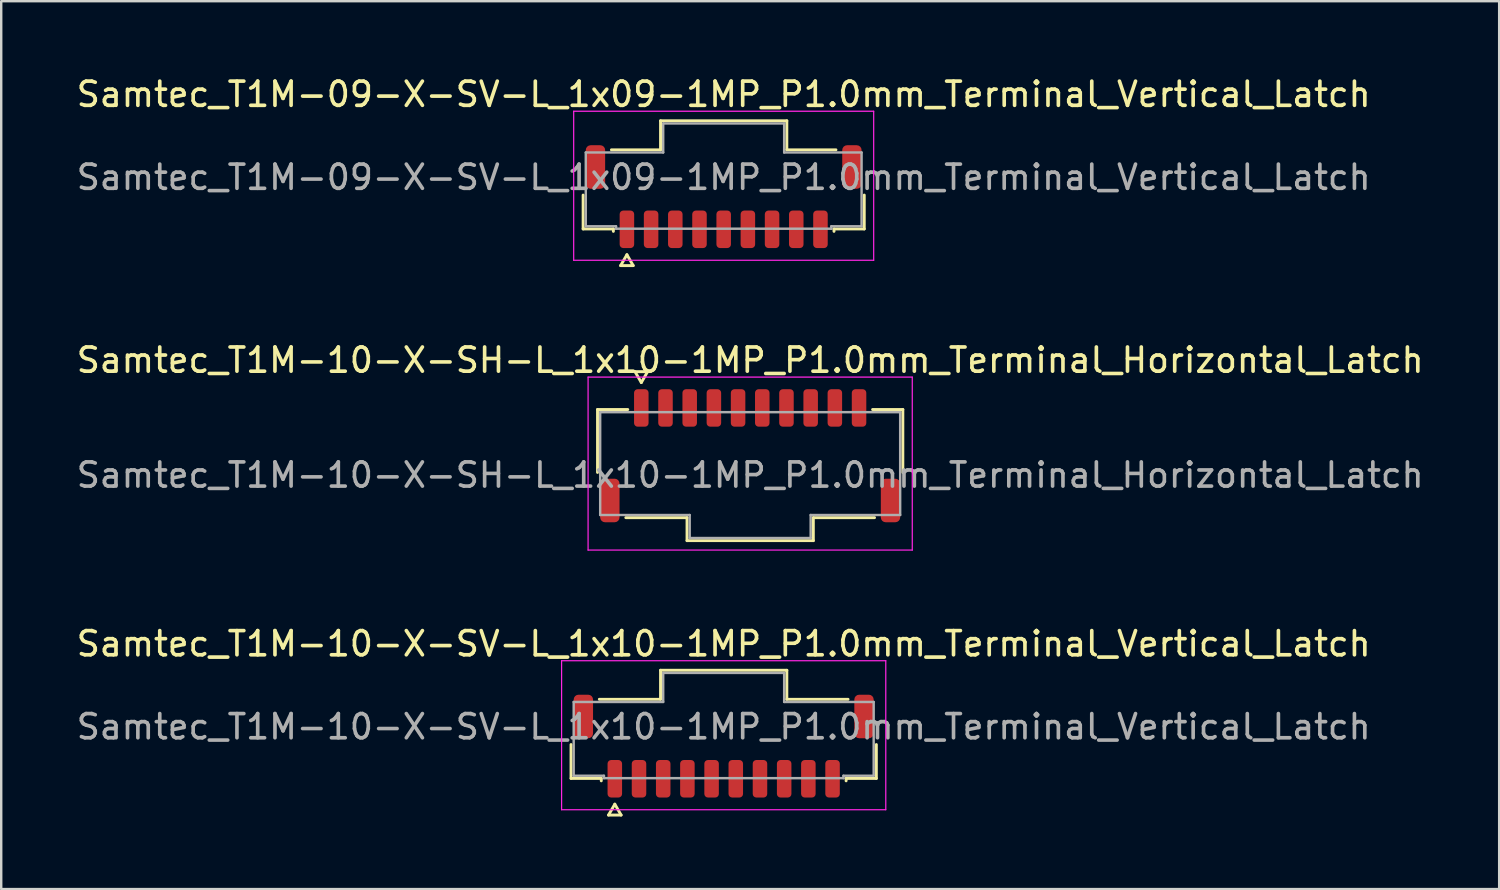
<source format=kicad_pcb>
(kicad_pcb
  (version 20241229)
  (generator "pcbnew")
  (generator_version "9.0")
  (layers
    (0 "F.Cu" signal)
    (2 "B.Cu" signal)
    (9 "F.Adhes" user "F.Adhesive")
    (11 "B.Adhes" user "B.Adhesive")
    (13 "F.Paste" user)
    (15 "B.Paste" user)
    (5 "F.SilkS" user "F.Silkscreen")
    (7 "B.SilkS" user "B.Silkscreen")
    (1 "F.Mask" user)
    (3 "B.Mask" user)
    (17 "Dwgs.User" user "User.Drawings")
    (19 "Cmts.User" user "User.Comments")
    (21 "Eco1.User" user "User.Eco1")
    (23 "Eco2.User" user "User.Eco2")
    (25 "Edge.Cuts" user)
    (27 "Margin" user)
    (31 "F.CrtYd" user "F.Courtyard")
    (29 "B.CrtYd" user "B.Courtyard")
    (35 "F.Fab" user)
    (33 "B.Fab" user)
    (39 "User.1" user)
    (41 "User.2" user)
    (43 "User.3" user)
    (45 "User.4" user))
  (footprint "Samtec_T1M-09-X-SV-L_1x09-1MP_P1.0mm_Terminal_Vertical_Latch"
    (layer "F.Cu")
    (at 26.863 4.278)
    (property "Reference" "Samtec_T1M-09-X-SV-L_1x09-1MP_P1.0mm_Terminal_Vertical_Latch" (at 0 -3.43 0) (layer "F.SilkS") (effects (font (size 1 1) (thickness 0.15))))
    (attr smd)
    (fp_line (start -5.81 2.135) (end -5.81 0.735) (stroke (width 0.12) (type solid)) (layer "F.SilkS"))
    (fp_line (start -4.64 -1.135) (end -2.61 -1.135) (stroke (width 0.12) (type solid)) (layer "F.SilkS"))
    (fp_line (start -4.56 2.135) (end -5.81 2.135) (stroke (width 0.12) (type solid)) (layer "F.SilkS"))
    (fp_line (start -4.56 2.235) (end -4.56 2.135) (stroke (width 0.12) (type solid)) (layer "F.SilkS"))
    (fp_line (start -4.26 3.65) (end -4 3.2) (stroke (width 0.12) (type solid)) (layer "F.SilkS"))
    (fp_line (start -4 3.2) (end -3.74 3.65) (stroke (width 0.12) (type solid)) (layer "F.SilkS"))
    (fp_line (start -3.74 3.65) (end -4.26 3.65) (stroke (width 0.12) (type solid)) (layer "F.SilkS"))
    (fp_line (start -2.61 -2.335) (end 2.61 -2.335) (stroke (width 0.12) (type solid)) (layer "F.SilkS"))
    (fp_line (start -2.61 -1.135) (end -2.61 -2.335) (stroke (width 0.12) (type solid)) (layer "F.SilkS"))
    (fp_line (start 2.61 -2.335) (end 2.61 -1.135) (stroke (width 0.12) (type solid)) (layer "F.SilkS"))
    (fp_line (start 2.61 -1.135) (end 4.64 -1.135) (stroke (width 0.12) (type solid)) (layer "F.SilkS"))
    (fp_line (start 4.56 2.135) (end 4.56 2.235) (stroke (width 0.12) (type solid)) (layer "F.SilkS"))
    (fp_line (start 5.81 0.735) (end 5.81 2.135) (stroke (width 0.12) (type solid)) (layer "F.SilkS"))
    (fp_line (start 5.81 2.135) (end 4.56 2.135) (stroke (width 0.12) (type solid)) (layer "F.SilkS"))
    (fp_line (start -6.2 -2.73) (end -6.2 3.43) (stroke (width 0.05) (type solid)) (layer "F.CrtYd"))
    (fp_line (start -6.2 3.43) (end 6.2 3.43) (stroke (width 0.05) (type solid)) (layer "F.CrtYd"))
    (fp_line (start 6.2 -2.73) (end -6.2 -2.73) (stroke (width 0.05) (type solid)) (layer "F.CrtYd"))
    (fp_line (start 6.2 3.43) (end 6.2 -2.73) (stroke (width 0.05) (type solid)) (layer "F.CrtYd"))
    (fp_line (start -5.7 -1.025) (end -2.5 -1.025) (stroke (width 0.1) (type solid)) (layer "F.Fab"))
    (fp_line (start -5.7 2.025) (end -5.7 -1.025) (stroke (width 0.1) (type solid)) (layer "F.Fab"))
    (fp_line (start -4.45 2.025) (end -5.7 2.025) (stroke (width 0.1) (type solid)) (layer "F.Fab"))
    (fp_line (start -4.45 2.125) (end -4.45 2.025) (stroke (width 0.1) (type solid)) (layer "F.Fab"))
    (fp_line (start -2.5 -2.225) (end 2.5 -2.225) (stroke (width 0.1) (type solid)) (layer "F.Fab"))
    (fp_line (start -2.5 -1.025) (end -2.5 -2.225) (stroke (width 0.1) (type solid)) (layer "F.Fab"))
    (fp_line (start 2.5 -2.225) (end 2.5 -1.025) (stroke (width 0.1) (type solid)) (layer "F.Fab"))
    (fp_line (start 2.5 -1.025) (end 5.7 -1.025) (stroke (width 0.1) (type solid)) (layer "F.Fab"))
    (fp_line (start 4.45 2.025) (end 4.45 2.125) (stroke (width 0.1) (type solid)) (layer "F.Fab"))
    (fp_line (start 4.45 2.125) (end -4.45 2.125) (stroke (width 0.1) (type solid)) (layer "F.Fab"))
    (fp_line (start 5.7 -1.025) (end 5.7 2.025) (stroke (width 0.1) (type solid)) (layer "F.Fab"))
    (fp_line (start 5.7 2.025) (end 4.45 2.025) (stroke (width 0.1) (type solid)) (layer "F.Fab"))
    (fp_text user "${REFERENCE}" (at 0 0 0) (layer "F.Fab") (effects (font (size 1 1) (thickness 0.15))))
    (pad "1" smd roundrect (at -4 2.15) (size 0.6 1.55) (layers "F.Cu" "F.Mask" "F.Paste") (roundrect_rratio 0.25))
    (pad "2" smd roundrect (at -3 2.15) (size 0.6 1.55) (layers "F.Cu" "F.Mask" "F.Paste") (roundrect_rratio 0.25))
    (pad "3" smd roundrect (at -2 2.15) (size 0.6 1.55) (layers "F.Cu" "F.Mask" "F.Paste") (roundrect_rratio 0.25))
    (pad "4" smd roundrect (at -1 2.15) (size 0.6 1.55) (layers "F.Cu" "F.Mask" "F.Paste") (roundrect_rratio 0.25))
    (pad "5" smd roundrect (at 0 2.15) (size 0.6 1.55) (layers "F.Cu" "F.Mask" "F.Paste") (roundrect_rratio 0.25))
    (pad "6" smd roundrect (at 1 2.15) (size 0.6 1.55) (layers "F.Cu" "F.Mask" "F.Paste") (roundrect_rratio 0.25))
    (pad "7" smd roundrect (at 2 2.15) (size 0.6 1.55) (layers "F.Cu" "F.Mask" "F.Paste") (roundrect_rratio 0.25))
    (pad "8" smd roundrect (at 3 2.15) (size 0.6 1.55) (layers "F.Cu" "F.Mask" "F.Paste") (roundrect_rratio 0.25))
    (pad "9" smd roundrect (at 4 2.15) (size 0.6 1.55) (layers "F.Cu" "F.Mask" "F.Paste") (roundrect_rratio 0.25))
    (pad "MP" smd roundrect (at -5.3 -0.425) (size 0.8 1.8) (layers "F.Cu" "F.Mask" "F.Paste") (roundrect_rratio 0.25))
    (pad "MP" smd roundrect (at 5.3 -0.425) (size 0.8 1.8) (layers "F.Cu" "F.Mask" "F.Paste") (roundrect_rratio 0.25)))
  (footprint "Samtec_T1M-10-X-SH-L_1x10-1MP_P1.0mm_Terminal_Horizontal_Latch"
    (layer "F.Cu")
    (at 27.958 16.587)
    (property "Reference" "Samtec_T1M-10-X-SH-L_1x10-1MP_P1.0mm_Terminal_Horizontal_Latch" (at 0 -4.75 0) (layer "F.SilkS") (effects (font (size 1 1) (thickness 0.15))))
    (attr smd)
    (fp_line (start -6.31 -2.71) (end -5.06 -2.71) (stroke (width 0.12) (type solid)) (layer "F.SilkS"))
    (fp_line (start -6.31 -0.11) (end -6.31 -2.71) (stroke (width 0.12) (type solid)) (layer "F.SilkS"))
    (fp_line (start -4.76 -4.275) (end -4.5 -3.825) (stroke (width 0.12) (type solid)) (layer "F.SilkS"))
    (fp_line (start -4.5 -3.825) (end -4.24 -4.275) (stroke (width 0.12) (type solid)) (layer "F.SilkS"))
    (fp_line (start -4.24 -4.275) (end -4.76 -4.275) (stroke (width 0.12) (type solid)) (layer "F.SilkS"))
    (fp_line (start -2.61 1.76) (end -5.14 1.76) (stroke (width 0.12) (type solid)) (layer "F.SilkS"))
    (fp_line (start -2.61 2.71) (end -2.61 1.76) (stroke (width 0.12) (type solid)) (layer "F.SilkS"))
    (fp_line (start 2.61 1.76) (end 2.61 2.71) (stroke (width 0.12) (type solid)) (layer "F.SilkS"))
    (fp_line (start 2.61 2.71) (end -2.61 2.71) (stroke (width 0.12) (type solid)) (layer "F.SilkS"))
    (fp_line (start 5.06 -2.71) (end 6.31 -2.71) (stroke (width 0.12) (type solid)) (layer "F.SilkS"))
    (fp_line (start 5.14 1.76) (end 2.61 1.76) (stroke (width 0.12) (type solid)) (layer "F.SilkS"))
    (fp_line (start 6.31 -2.71) (end 6.31 -0.11) (stroke (width 0.12) (type solid)) (layer "F.SilkS"))
    (fp_line (start -6.7 -4.05) (end -6.7 3.1) (stroke (width 0.05) (type solid)) (layer "F.CrtYd"))
    (fp_line (start -6.7 3.1) (end 6.7 3.1) (stroke (width 0.05) (type solid)) (layer "F.CrtYd"))
    (fp_line (start 6.7 -4.05) (end -6.7 -4.05) (stroke (width 0.05) (type solid)) (layer "F.CrtYd"))
    (fp_line (start 6.7 3.1) (end 6.7 -4.05) (stroke (width 0.05) (type solid)) (layer "F.CrtYd"))
    (fp_line (start -6.2 -2.6) (end 6.2 -2.6) (stroke (width 0.1) (type solid)) (layer "F.Fab"))
    (fp_line (start -6.2 1.65) (end -6.2 -2.6) (stroke (width 0.1) (type solid)) (layer "F.Fab"))
    (fp_line (start -2.5 1.65) (end -6.2 1.65) (stroke (width 0.1) (type solid)) (layer "F.Fab"))
    (fp_line (start -2.5 2.6) (end -2.5 1.65) (stroke (width 0.1) (type solid)) (layer "F.Fab"))
    (fp_line (start 2.5 1.65) (end 2.5 2.6) (stroke (width 0.1) (type solid)) (layer "F.Fab"))
    (fp_line (start 2.5 2.6) (end -2.5 2.6) (stroke (width 0.1) (type solid)) (layer "F.Fab"))
    (fp_line (start 6.2 -2.6) (end 6.2 1.65) (stroke (width 0.1) (type solid)) (layer "F.Fab"))
    (fp_line (start 6.2 1.65) (end 2.5 1.65) (stroke (width 0.1) (type solid)) (layer "F.Fab"))
    (fp_text user "${REFERENCE}" (at 0 0 0) (layer "F.Fab") (effects (font (size 1 1) (thickness 0.15))))
    (pad "1" smd roundrect (at -4.5 -2.775) (size 0.6 1.55) (layers "F.Cu" "F.Mask" "F.Paste") (roundrect_rratio 0.25))
    (pad "2" smd roundrect (at -3.5 -2.775) (size 0.6 1.55) (layers "F.Cu" "F.Mask" "F.Paste") (roundrect_rratio 0.25))
    (pad "3" smd roundrect (at -2.5 -2.775) (size 0.6 1.55) (layers "F.Cu" "F.Mask" "F.Paste") (roundrect_rratio 0.25))
    (pad "4" smd roundrect (at -1.5 -2.775) (size 0.6 1.55) (layers "F.Cu" "F.Mask" "F.Paste") (roundrect_rratio 0.25))
    (pad "5" smd roundrect (at -0.5 -2.775) (size 0.6 1.55) (layers "F.Cu" "F.Mask" "F.Paste") (roundrect_rratio 0.25))
    (pad "6" smd roundrect (at 0.5 -2.775) (size 0.6 1.55) (layers "F.Cu" "F.Mask" "F.Paste") (roundrect_rratio 0.25))
    (pad "7" smd roundrect (at 1.5 -2.775) (size 0.6 1.55) (layers "F.Cu" "F.Mask" "F.Paste") (roundrect_rratio 0.25))
    (pad "8" smd roundrect (at 2.5 -2.775) (size 0.6 1.55) (layers "F.Cu" "F.Mask" "F.Paste") (roundrect_rratio 0.25))
    (pad "9" smd roundrect (at 3.5 -2.775) (size 0.6 1.55) (layers "F.Cu" "F.Mask" "F.Paste") (roundrect_rratio 0.25))
    (pad "10" smd roundrect (at 4.5 -2.775) (size 0.6 1.55) (layers "F.Cu" "F.Mask" "F.Paste") (roundrect_rratio 0.25))
    (pad "MP" smd roundrect (at -5.8 1.05) (size 0.8 1.8) (layers "F.Cu" "F.Mask" "F.Paste") (roundrect_rratio 0.25))
    (pad "MP" smd roundrect (at 5.8 1.05) (size 0.8 1.8) (layers "F.Cu" "F.Mask" "F.Paste") (roundrect_rratio 0.25)))
  (footprint "Samtec_T1M-10-X-SV-L_1x10-1MP_P1.0mm_Terminal_Vertical_Latch"
    (layer "F.Cu")
    (at 26.863 26.99)
    (property "Reference" "Samtec_T1M-10-X-SV-L_1x10-1MP_P1.0mm_Terminal_Vertical_Latch" (at 0 -3.43 0) (layer "F.SilkS") (effects (font (size 1 1) (thickness 0.15))))
    (attr smd)
    (fp_line (start -6.31 2.135) (end -6.31 0.735) (stroke (width 0.12) (type solid)) (layer "F.SilkS"))
    (fp_line (start -5.14 -1.135) (end -2.61 -1.135) (stroke (width 0.12) (type solid)) (layer "F.SilkS"))
    (fp_line (start -5.06 2.135) (end -6.31 2.135) (stroke (width 0.12) (type solid)) (layer "F.SilkS"))
    (fp_line (start -5.06 2.235) (end -5.06 2.135) (stroke (width 0.12) (type solid)) (layer "F.SilkS"))
    (fp_line (start -4.76 3.65) (end -4.5 3.2) (stroke (width 0.12) (type solid)) (layer "F.SilkS"))
    (fp_line (start -4.5 3.2) (end -4.24 3.65) (stroke (width 0.12) (type solid)) (layer "F.SilkS"))
    (fp_line (start -4.24 3.65) (end -4.76 3.65) (stroke (width 0.12) (type solid)) (layer "F.SilkS"))
    (fp_line (start -2.61 -2.335) (end 2.61 -2.335) (stroke (width 0.12) (type solid)) (layer "F.SilkS"))
    (fp_line (start -2.61 -1.135) (end -2.61 -2.335) (stroke (width 0.12) (type solid)) (layer "F.SilkS"))
    (fp_line (start 2.61 -2.335) (end 2.61 -1.135) (stroke (width 0.12) (type solid)) (layer "F.SilkS"))
    (fp_line (start 2.61 -1.135) (end 5.14 -1.135) (stroke (width 0.12) (type solid)) (layer "F.SilkS"))
    (fp_line (start 5.06 2.135) (end 5.06 2.235) (stroke (width 0.12) (type solid)) (layer "F.SilkS"))
    (fp_line (start 6.31 0.735) (end 6.31 2.135) (stroke (width 0.12) (type solid)) (layer "F.SilkS"))
    (fp_line (start 6.31 2.135) (end 5.06 2.135) (stroke (width 0.12) (type solid)) (layer "F.SilkS"))
    (fp_line (start -6.7 -2.73) (end -6.7 3.43) (stroke (width 0.05) (type solid)) (layer "F.CrtYd"))
    (fp_line (start -6.7 3.43) (end 6.7 3.43) (stroke (width 0.05) (type solid)) (layer "F.CrtYd"))
    (fp_line (start 6.7 -2.73) (end -6.7 -2.73) (stroke (width 0.05) (type solid)) (layer "F.CrtYd"))
    (fp_line (start 6.7 3.43) (end 6.7 -2.73) (stroke (width 0.05) (type solid)) (layer "F.CrtYd"))
    (fp_line (start -6.2 -1.025) (end -2.5 -1.025) (stroke (width 0.1) (type solid)) (layer "F.Fab"))
    (fp_line (start -6.2 2.025) (end -6.2 -1.025) (stroke (width 0.1) (type solid)) (layer "F.Fab"))
    (fp_line (start -4.95 2.025) (end -6.2 2.025) (stroke (width 0.1) (type solid)) (layer "F.Fab"))
    (fp_line (start -4.95 2.125) (end -4.95 2.025) (stroke (width 0.1) (type solid)) (layer "F.Fab"))
    (fp_line (start -2.5 -2.225) (end 2.5 -2.225) (stroke (width 0.1) (type solid)) (layer "F.Fab"))
    (fp_line (start -2.5 -1.025) (end -2.5 -2.225) (stroke (width 0.1) (type solid)) (layer "F.Fab"))
    (fp_line (start 2.5 -2.225) (end 2.5 -1.025) (stroke (width 0.1) (type solid)) (layer "F.Fab"))
    (fp_line (start 2.5 -1.025) (end 6.2 -1.025) (stroke (width 0.1) (type solid)) (layer "F.Fab"))
    (fp_line (start 4.95 2.025) (end 4.95 2.125) (stroke (width 0.1) (type solid)) (layer "F.Fab"))
    (fp_line (start 4.95 2.125) (end -4.95 2.125) (stroke (width 0.1) (type solid)) (layer "F.Fab"))
    (fp_line (start 6.2 -1.025) (end 6.2 2.025) (stroke (width 0.1) (type solid)) (layer "F.Fab"))
    (fp_line (start 6.2 2.025) (end 4.95 2.025) (stroke (width 0.1) (type solid)) (layer "F.Fab"))
    (fp_text user "${REFERENCE}" (at 0 0 0) (layer "F.Fab") (effects (font (size 1 1) (thickness 0.15))))
    (pad "1" smd roundrect (at -4.5 2.15) (size 0.6 1.55) (layers "F.Cu" "F.Mask" "F.Paste") (roundrect_rratio 0.25))
    (pad "2" smd roundrect (at -3.5 2.15) (size 0.6 1.55) (layers "F.Cu" "F.Mask" "F.Paste") (roundrect_rratio 0.25))
    (pad "3" smd roundrect (at -2.5 2.15) (size 0.6 1.55) (layers "F.Cu" "F.Mask" "F.Paste") (roundrect_rratio 0.25))
    (pad "4" smd roundrect (at -1.5 2.15) (size 0.6 1.55) (layers "F.Cu" "F.Mask" "F.Paste") (roundrect_rratio 0.25))
    (pad "5" smd roundrect (at -0.5 2.15) (size 0.6 1.55) (layers "F.Cu" "F.Mask" "F.Paste") (roundrect_rratio 0.25))
    (pad "6" smd roundrect (at 0.5 2.15) (size 0.6 1.55) (layers "F.Cu" "F.Mask" "F.Paste") (roundrect_rratio 0.25))
    (pad "7" smd roundrect (at 1.5 2.15) (size 0.6 1.55) (layers "F.Cu" "F.Mask" "F.Paste") (roundrect_rratio 0.25))
    (pad "8" smd roundrect (at 2.5 2.15) (size 0.6 1.55) (layers "F.Cu" "F.Mask" "F.Paste") (roundrect_rratio 0.25))
    (pad "9" smd roundrect (at 3.5 2.15) (size 0.6 1.55) (layers "F.Cu" "F.Mask" "F.Paste") (roundrect_rratio 0.25))
    (pad "10" smd roundrect (at 4.5 2.15) (size 0.6 1.55) (layers "F.Cu" "F.Mask" "F.Paste") (roundrect_rratio 0.25))
    (pad "MP" smd roundrect (at -5.8 -0.425) (size 0.8 1.8) (layers "F.Cu" "F.Mask" "F.Paste") (roundrect_rratio 0.25))
    (pad "MP" smd roundrect (at 5.8 -0.425) (size 0.8 1.8) (layers "F.Cu" "F.Mask" "F.Paste") (roundrect_rratio 0.25)))
  (gr_rect
    (start -3 -3)
    (end 58.917 33.7)
    (stroke (width 0.1) (type default))
    (fill no)
    (layer "Edge.Cuts")))
</source>
